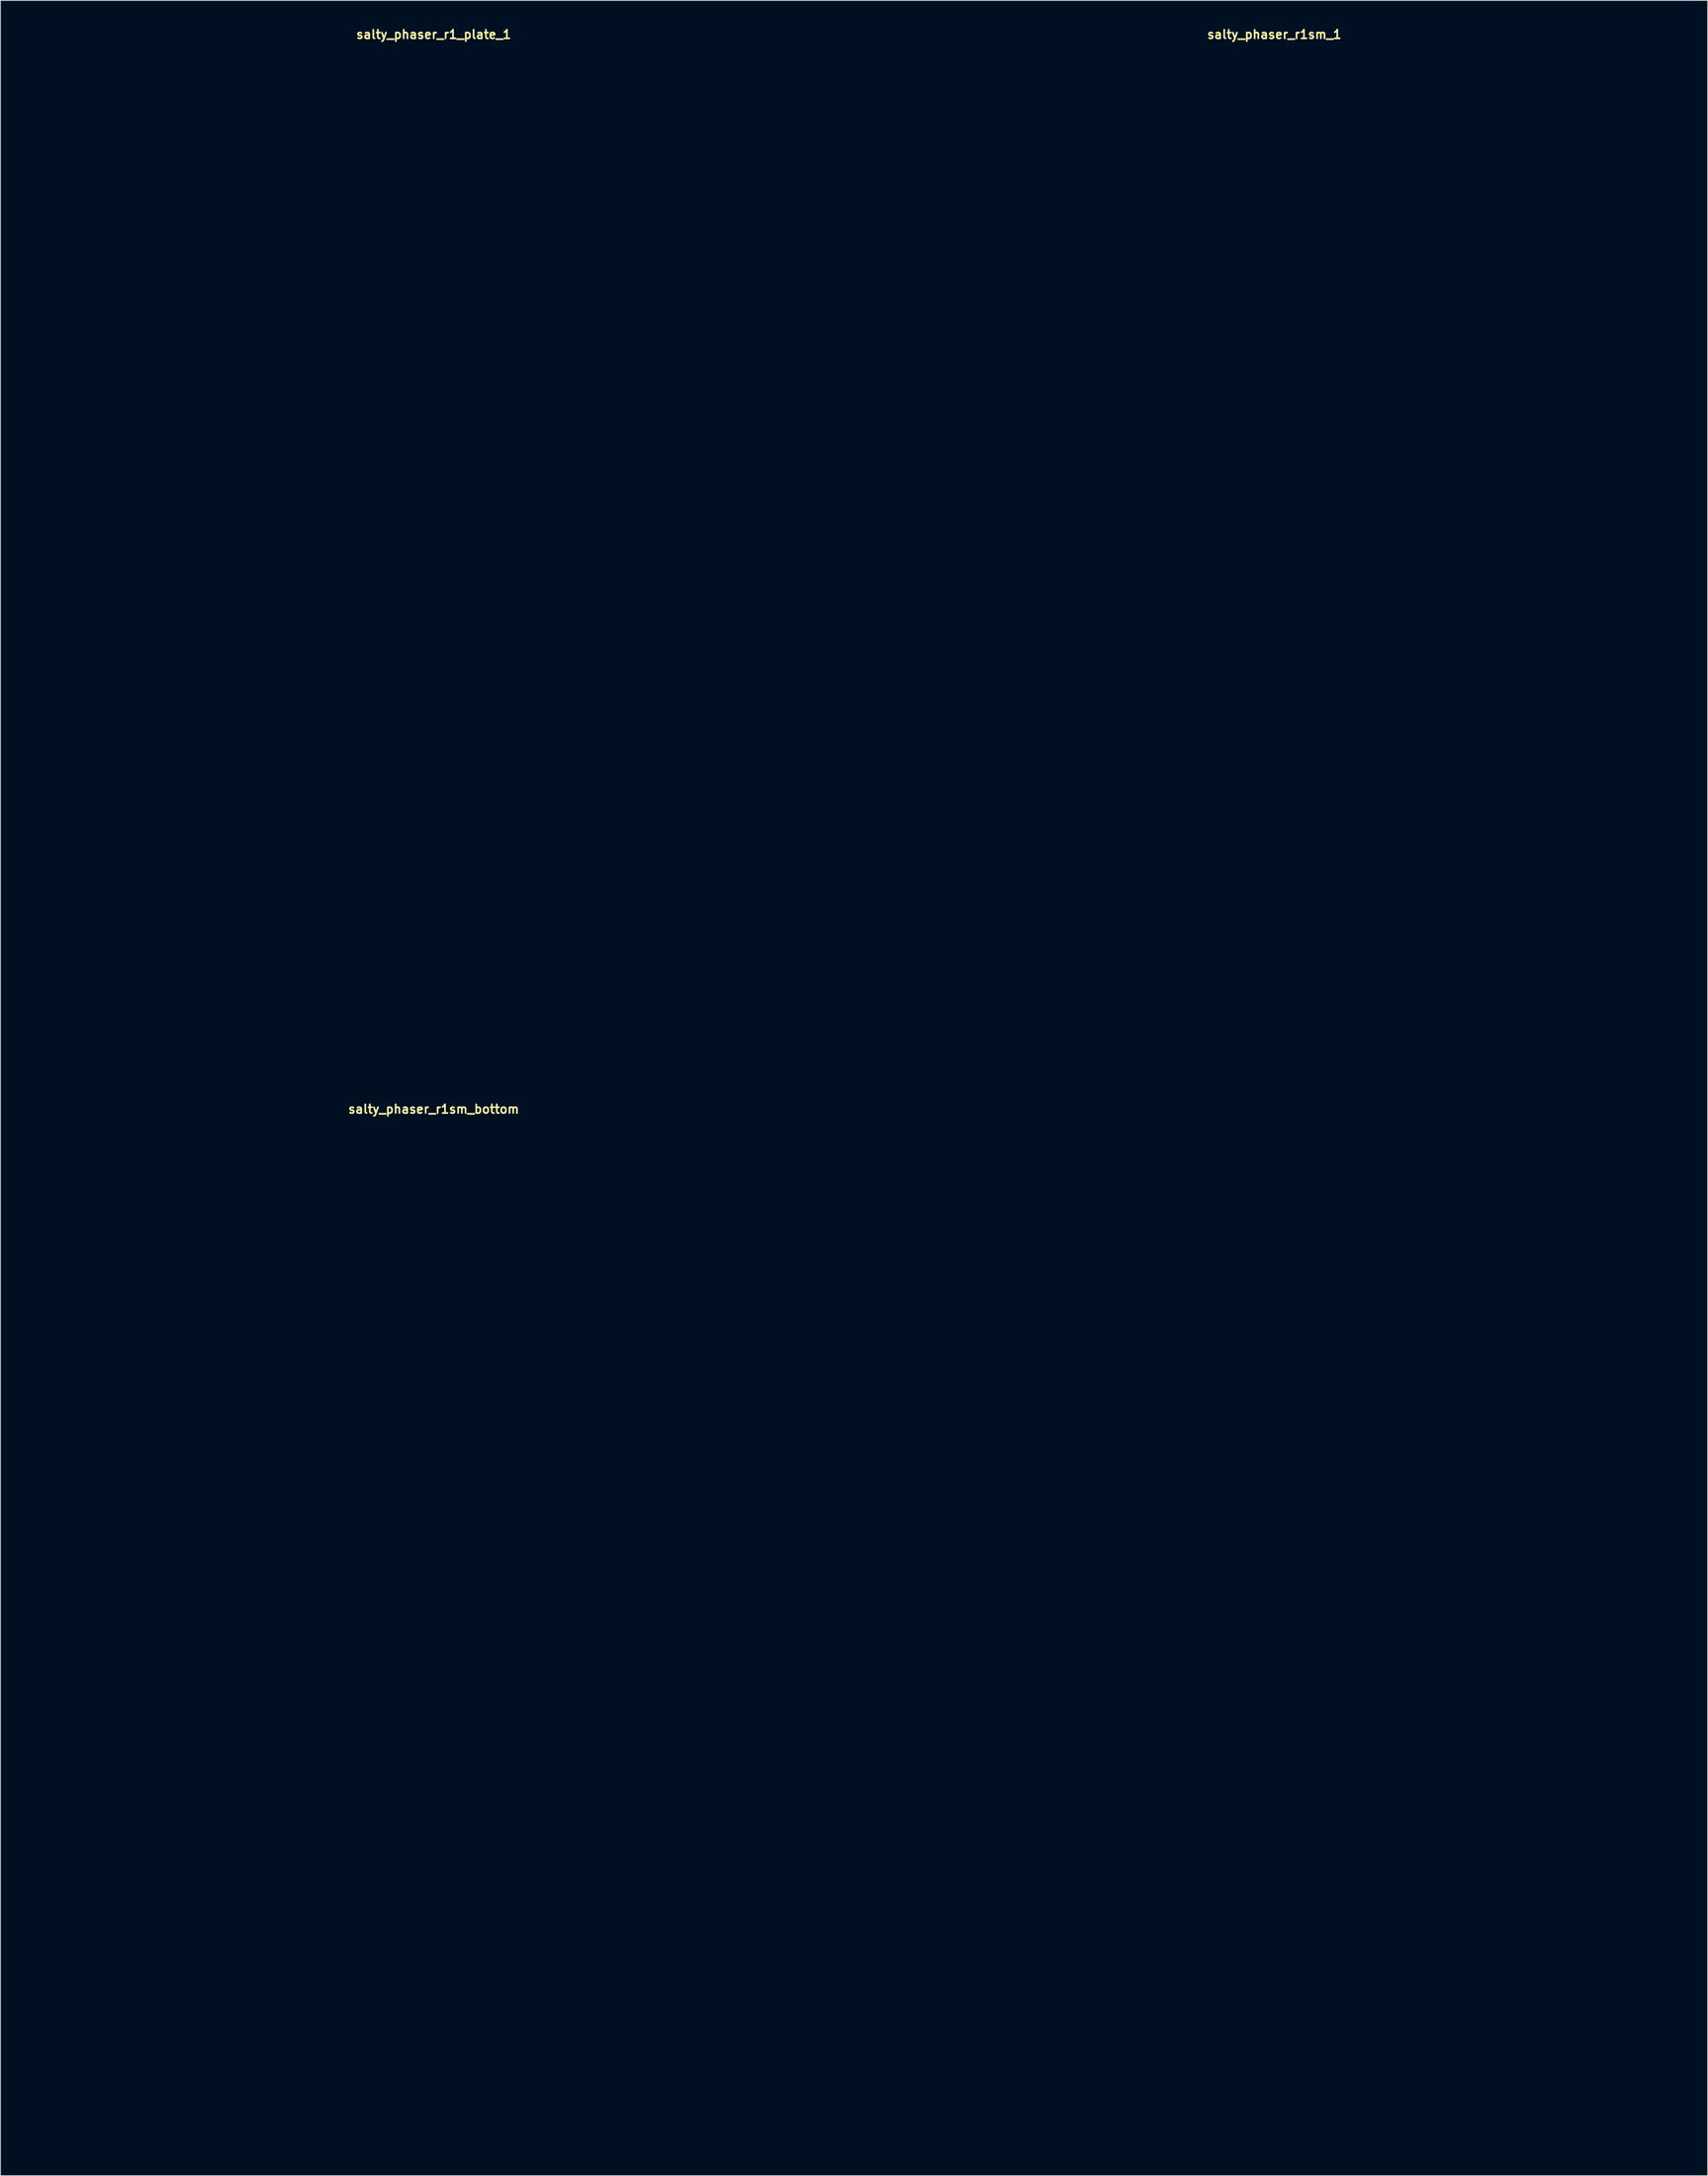
<source format=kicad_pcb>
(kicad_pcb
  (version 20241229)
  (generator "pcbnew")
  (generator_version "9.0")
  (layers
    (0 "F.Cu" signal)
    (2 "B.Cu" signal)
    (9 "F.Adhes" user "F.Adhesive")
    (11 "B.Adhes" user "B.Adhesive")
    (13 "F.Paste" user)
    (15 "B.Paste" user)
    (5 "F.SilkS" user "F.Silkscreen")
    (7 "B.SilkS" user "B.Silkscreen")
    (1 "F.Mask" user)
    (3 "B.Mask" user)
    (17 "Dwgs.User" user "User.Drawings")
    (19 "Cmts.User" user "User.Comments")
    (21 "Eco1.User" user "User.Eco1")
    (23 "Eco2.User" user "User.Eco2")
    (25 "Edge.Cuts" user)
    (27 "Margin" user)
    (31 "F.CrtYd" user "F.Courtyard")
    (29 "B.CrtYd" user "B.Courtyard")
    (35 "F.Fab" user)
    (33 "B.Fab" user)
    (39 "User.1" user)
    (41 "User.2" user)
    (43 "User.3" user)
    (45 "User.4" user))
  (footprint "salty_phaser_r1sm_1"
    (layer "F.Cu")
    (at 144.6 61.515)
    (property "Reference" "salty_phaser_r1sm_1" (at 0 -60.579 0) (layer "F.SilkS") (effects (font (size 1 1) (thickness 0.2))))
    (attr through_hole)
    (fp_line (start -47 -56.65) (end -47 56.65) (stroke (width 0.4) (type solid)) (layer "Eco1.User"))
    (fp_line (start -43.9 -59.75) (end 43.9 -59.75) (stroke (width 0.4) (type solid)) (layer "Eco1.User"))
    (fp_line (start -43.9 59.75) (end 43.9 59.75) (stroke (width 0.4) (type solid)) (layer "Eco1.User"))
    (fp_line (start 47 -56.65) (end 47 56.65) (stroke (width 0.4) (type solid)) (layer "Eco1.User"))
    (fp_arc (start -47 -56.65) (mid -46.092031 -58.842031) (end -43.9 -59.75) (stroke (width 0.4) (type solid)) (layer "Eco1.User"))
    (fp_arc (start -43.9 59.75) (mid -46.092031 58.842031) (end -47 56.65) (stroke (width 0.4) (type solid)) (layer "Eco1.User"))
    (fp_arc (start 43.9 -59.75) (mid 46.092031 -58.842031) (end 47 -56.65) (stroke (width 0.4) (type solid)) (layer "Eco1.User"))
    (fp_arc (start 47 56.65) (mid 46.092031 58.842031) (end 43.9 59.75) (stroke (width 0.4) (type solid)) (layer "Eco1.User"))
    (fp_circle (center -38.6 -51.35) (end -36.6 -51.35) (stroke (width 0.4) (type solid)) (fill no) (layer "Eco1.User"))
    (fp_circle (center -38.6 -51.35) (end -35.1 -51.35) (stroke (width 0.4) (type solid)) (fill no) (layer "Eco1.User"))
    (fp_circle (center -38.6 51.35) (end -36.6 51.35) (stroke (width 0.4) (type solid)) (fill no) (layer "Eco1.User"))
    (fp_circle (center -38.6 51.35) (end -35.1 51.35) (stroke (width 0.4) (type solid)) (fill no) (layer "Eco1.User"))
    (fp_circle (center -33.02 -31.55) (end -29.42 -31.55) (stroke (width 0.4) (type solid)) (fill no) (layer "Eco1.User"))
    (fp_circle (center -33.02 -31.55) (end -23.52 -31.55) (stroke (width 0.4) (type solid)) (fill no) (layer "Eco1.User"))
    (fp_circle (center -29.21 -52.07) (end -27.71 -52.07) (stroke (width 0.4) (type solid)) (fill no) (layer "Eco1.User"))
    (fp_circle (center -29.21 -52.07) (end -25.71 -52.07) (stroke (width 0.4) (type solid)) (fill no) (layer "Eco1.User"))
    (fp_circle (center -19.05 10.36) (end -17.55 10.36) (stroke (width 0.4) (type solid)) (fill no) (layer "Eco1.User"))
    (fp_circle (center -19.05 10.36) (end -15.55 10.36) (stroke (width 0.4) (type solid)) (fill no) (layer "Eco1.User"))
    (fp_circle (center -16.51 -10.16) (end -13.51 -10.16) (stroke (width 0.4) (type solid)) (fill no) (layer "Eco1.User"))
    (fp_circle (center -8.89 -52.07) (end -7.39 -52.07) (stroke (width 0.4) (type solid)) (fill no) (layer "Eco1.User"))
    (fp_circle (center -8.89 -52.07) (end -5.39 -52.07) (stroke (width 0.4) (type solid)) (fill no) (layer "Eco1.User"))
    (fp_circle (center 0 -31.55) (end 3.6 -31.55) (stroke (width 0.4) (type solid)) (fill no) (layer "Eco1.User"))
    (fp_circle (center 0 -31.55) (end 9.5 -31.55) (stroke (width 0.4) (type solid)) (fill no) (layer "Eco1.User"))
    (fp_circle (center 0 30.48) (end 2.65 30.48) (stroke (width 0.4) (type solid)) (fill no) (layer "Eco1.User"))
    (fp_circle (center 0 45.72) (end 6 45.72) (stroke (width 0.4) (type solid)) (fill no) (layer "Eco1.User"))
    (fp_circle (center 0 45.72) (end 9.75 45.72) (stroke (width 0.4) (type solid)) (fill no) (layer "Eco1.User"))
    (fp_circle (center 8.89 -52.07) (end 10.39 -52.07) (stroke (width 0.4) (type solid)) (fill no) (layer "Eco1.User"))
    (fp_circle (center 8.89 -52.07) (end 12.39 -52.07) (stroke (width 0.4) (type solid)) (fill no) (layer "Eco1.User"))
    (fp_circle (center 19.05 10.36) (end 20.55 10.36) (stroke (width 0.4) (type solid)) (fill no) (layer "Eco1.User"))
    (fp_circle (center 19.05 10.36) (end 22.55 10.36) (stroke (width 0.4) (type solid)) (fill no) (layer "Eco1.User"))
    (fp_circle (center 29.21 -52.07) (end 30.71 -52.07) (stroke (width 0.4) (type solid)) (fill no) (layer "Eco1.User"))
    (fp_circle (center 29.21 -52.07) (end 32.71 -52.07) (stroke (width 0.4) (type solid)) (fill no) (layer "Eco1.User"))
    (fp_circle (center 33.02 -31.55) (end 36.62 -31.55) (stroke (width 0.4) (type solid)) (fill no) (layer "Eco1.User"))
    (fp_circle (center 33.02 -31.55) (end 42.52 -31.55) (stroke (width 0.4) (type solid)) (fill no) (layer "Eco1.User"))
    (fp_circle (center 38.6 -51.35) (end 40.6 -51.35) (stroke (width 0.4) (type solid)) (fill no) (layer "Eco1.User"))
    (fp_circle (center 38.6 -51.35) (end 42.1 -51.35) (stroke (width 0.4) (type solid)) (fill no) (layer "Eco1.User"))
    (fp_circle (center 38.6 51.35) (end 40.6 51.35) (stroke (width 0.4) (type solid)) (fill no) (layer "Eco1.User"))
    (fp_circle (center 38.6 51.35) (end 42.1 51.35) (stroke (width 0.4) (type solid)) (fill no) (layer "Eco1.User")))
  (footprint "salty_phaser_r1_plate_1"
    (layer "F.Cu")
    (at 47.2 61.515)
    (property "Reference" "salty_phaser_r1_plate_1" (at 0 -60.579 0) (layer "F.SilkS") (effects (font (size 1 1) (thickness 0.2))))
    (attr through_hole)
    (fp_line (start -47 -59.75) (end -47 59.75) (stroke (width 0.4) (type solid)) (layer "Eco1.User"))
    (fp_line (start -47 -59.75) (end 47 -59.75) (stroke (width 0.4) (type solid)) (layer "Eco1.User"))
    (fp_line (start -47 59.75) (end 47 59.75) (stroke (width 0.4) (type solid)) (layer "Eco1.User"))
    (fp_line (start -44.75 -57.5) (end -44.75 57.5) (stroke (width 0.4) (type solid)) (layer "Eco1.User"))
    (fp_line (start -44.75 -57.5) (end 44.75 -57.5) (stroke (width 0.4) (type solid)) (layer "Eco1.User"))
    (fp_line (start -44.75 57.5) (end 44.75 57.5) (stroke (width 0.4) (type solid)) (layer "Eco1.User"))
    (fp_line (start -41.5 17.54) (end 41.5 17.54) (stroke (width 0.4) (type solid)) (layer "Eco1.User"))
    (fp_line (start 44.75 -57.5) (end 44.75 57.5) (stroke (width 0.4) (type solid)) (layer "Eco1.User"))
    (fp_line (start 47 -59.75) (end 47 59.75) (stroke (width 0.4) (type solid)) (layer "Eco1.User"))
    (fp_arc (start -44.75 -54.25) (mid -43.798097 -56.548097) (end -41.5 -57.5) (stroke (width 0.4) (type solid)) (layer "Eco1.User"))
    (fp_arc (start -41.5 17.54) (mid -43.798097 16.588097) (end -44.75 14.29) (stroke (width 0.4) (type solid)) (layer "Eco1.User"))
    (fp_arc (start 41.5 -57.5) (mid 43.798097 -56.548097) (end 44.75 -54.25) (stroke (width 0.4) (type solid)) (layer "Eco1.User"))
    (fp_arc (start 44.75 14.29) (mid 43.798097 16.588097) (end 41.5 17.54) (stroke (width 0.4) (type solid)) (layer "Eco1.User"))
    (fp_circle (center -33.02 -31.55) (end -29.42 -31.55) (stroke (width 0.4) (type solid)) (fill no) (layer "Eco1.User"))
    (fp_circle (center -33.02 -31.55) (end -23.52 -31.55) (stroke (width 0.4) (type solid)) (fill no) (layer "Eco1.User"))
    (fp_circle (center -29.21 -52.07) (end -27.71 -52.07) (stroke (width 0.4) (type solid)) (fill no) (layer "Eco1.User"))
    (fp_circle (center -29.21 -52.07) (end -25.71 -52.07) (stroke (width 0.4) (type solid)) (fill no) (layer "Eco1.User"))
    (fp_circle (center -19.05 10.36) (end -17.55 10.36) (stroke (width 0.4) (type solid)) (fill no) (layer "Eco1.User"))
    (fp_circle (center -19.05 10.36) (end -15.55 10.36) (stroke (width 0.4) (type solid)) (fill no) (layer "Eco1.User"))
    (fp_circle (center -16.51 -10.16) (end -13.51 -10.16) (stroke (width 0.4) (type solid)) (fill no) (layer "Eco1.User"))
    (fp_circle (center -16.51 -10.16) (end -12.51 -10.16) (stroke (width 0.4) (type solid)) (fill no) (layer "Eco1.User"))
    (fp_circle (center -8.89 -52.07) (end -7.39 -52.07) (stroke (width 0.4) (type solid)) (fill no) (layer "Eco1.User"))
    (fp_circle (center -8.89 -52.07) (end -5.39 -52.07) (stroke (width 0.4) (type solid)) (fill no) (layer "Eco1.User"))
    (fp_circle (center 0 -31.55) (end 3.6 -31.55) (stroke (width 0.4) (type solid)) (fill no) (layer "Eco1.User"))
    (fp_circle (center 0 -31.55) (end 9.5 -31.55) (stroke (width 0.4) (type solid)) (fill no) (layer "Eco1.User"))
    (fp_circle (center 0 30.48) (end 2.65 30.48) (stroke (width 0.4) (type solid)) (fill no) (layer "Eco1.User"))
    (fp_circle (center 0 45.72) (end 6.5 45.72) (stroke (width 0.4) (type solid)) (fill no) (layer "Eco1.User"))
    (fp_circle (center 0 45.72) (end 9.75 45.72) (stroke (width 0.4) (type solid)) (fill no) (layer "Eco1.User"))
    (fp_circle (center 8.89 -52.07) (end 10.39 -52.07) (stroke (width 0.4) (type solid)) (fill no) (layer "Eco1.User"))
    (fp_circle (center 8.89 -52.07) (end 12.39 -52.07) (stroke (width 0.4) (type solid)) (fill no) (layer "Eco1.User"))
    (fp_circle (center 19.05 10.36) (end 20.55 10.36) (stroke (width 0.4) (type solid)) (fill no) (layer "Eco1.User"))
    (fp_circle (center 19.05 10.36) (end 22.55 10.36) (stroke (width 0.4) (type solid)) (fill no) (layer "Eco1.User"))
    (fp_circle (center 29.21 -52.07) (end 30.71 -52.07) (stroke (width 0.4) (type solid)) (fill no) (layer "Eco1.User"))
    (fp_circle (center 29.21 -52.07) (end 32.71 -52.07) (stroke (width 0.4) (type solid)) (fill no) (layer "Eco1.User"))
    (fp_circle (center 33.02 -31.55) (end 36.62 -31.55) (stroke (width 0.4) (type solid)) (fill no) (layer "Eco1.User"))
    (fp_circle (center 33.02 -31.55) (end 42.52 -31.55) (stroke (width 0.4) (type solid)) (fill no) (layer "Eco1.User")))
  (footprint "salty_phaser_r1sm_bottom"
    (layer "F.Cu")
    (at 47.2 185.98)
    (property "Reference" "salty_phaser_r1sm_bottom" (at 0 -60.579 0) (layer "F.SilkS") (effects (font (size 1 1) (thickness 0.2))))
    (attr through_hole)
    (fp_line (start -47 -56.65) (end -47 56.65) (stroke (width 0.4) (type solid)) (layer "Eco1.User"))
    (fp_line (start -43.9 -59.75) (end 43.9 -59.75) (stroke (width 0.4) (type solid)) (layer "Eco1.User"))
    (fp_line (start -43.9 59.75) (end 43.9 59.75) (stroke (width 0.4) (type solid)) (layer "Eco1.User"))
    (fp_line (start 47 -56.65) (end 47 56.65) (stroke (width 0.4) (type solid)) (layer "Eco1.User"))
    (fp_arc (start -47 -56.65) (mid -46.092031 -58.842031) (end -43.9 -59.75) (stroke (width 0.4) (type solid)) (layer "Eco1.User"))
    (fp_arc (start -43.9 59.75) (mid -46.092031 58.842031) (end -47 56.65) (stroke (width 0.4) (type solid)) (layer "Eco1.User"))
    (fp_arc (start 43.9 -59.75) (mid 46.092031 -58.842031) (end 47 -56.65) (stroke (width 0.4) (type solid)) (layer "Eco1.User"))
    (fp_arc (start 47 56.65) (mid 46.092031 58.842031) (end 43.9 59.75) (stroke (width 0.4) (type solid)) (layer "Eco1.User"))
    (fp_circle (center -38.6 -51.35) (end -36.6 -51.35) (stroke (width 0.4) (type solid)) (fill no) (layer "Eco1.User"))
    (fp_circle (center -38.6 51.35) (end -36.6 51.35) (stroke (width 0.4) (type solid)) (fill no) (layer "Eco1.User"))
    (fp_circle (center -33.02 -31.55) (end -29.42 -31.55) (stroke (width 0.4) (type solid)) (fill no) (layer "Eco1.User"))
    (fp_circle (center -29.21 -52.07) (end -27.71 -52.07) (stroke (width 0.4) (type solid)) (fill no) (layer "Eco1.User"))
    (fp_circle (center -19.05 10.36) (end -17.55 10.36) (stroke (width 0.4) (type solid)) (fill no) (layer "Eco1.User"))
    (fp_circle (center -8.89 -52.07) (end -7.39 -52.07) (stroke (width 0.4) (type solid)) (fill no) (layer "Eco1.User"))
    (fp_circle (center 0 -31.55) (end 3.6 -31.55) (stroke (width 0.4) (type solid)) (fill no) (layer "Eco1.User"))
    (fp_circle (center 0 30.48) (end 2.65 30.48) (stroke (width 0.4) (type solid)) (fill no) (layer "Eco1.User"))
    (fp_circle (center 0 45.72) (end 6 45.72) (stroke (width 0.4) (type solid)) (fill no) (layer "Eco1.User"))
    (fp_circle (center 8.89 -52.07) (end 10.39 -52.07) (stroke (width 0.4) (type solid)) (fill no) (layer "Eco1.User"))
    (fp_circle (center 16.51 -10.16) (end 19.51 -10.16) (stroke (width 0.4) (type solid)) (fill no) (layer "Eco1.User"))
    (fp_circle (center 19.05 10.36) (end 20.55 10.36) (stroke (width 0.4) (type solid)) (fill no) (layer "Eco1.User"))
    (fp_circle (center 29.21 -52.07) (end 30.71 -52.07) (stroke (width 0.4) (type solid)) (fill no) (layer "Eco1.User"))
    (fp_circle (center 33.02 -31.55) (end 36.62 -31.55) (stroke (width 0.4) (type solid)) (fill no) (layer "Eco1.User"))
    (fp_circle (center 38.6 -51.35) (end 40.6 -51.35) (stroke (width 0.4) (type solid)) (fill no) (layer "Eco1.User"))
    (fp_circle (center 38.6 51.35) (end 40.6 51.35) (stroke (width 0.4) (type solid)) (fill no) (layer "Eco1.User")))
  (gr_rect
    (start -3 -3)
    (end 194.8 248.93)
    (stroke (width 0.1) (type default))
    (fill no)
    (layer "Edge.Cuts")))
</source>
